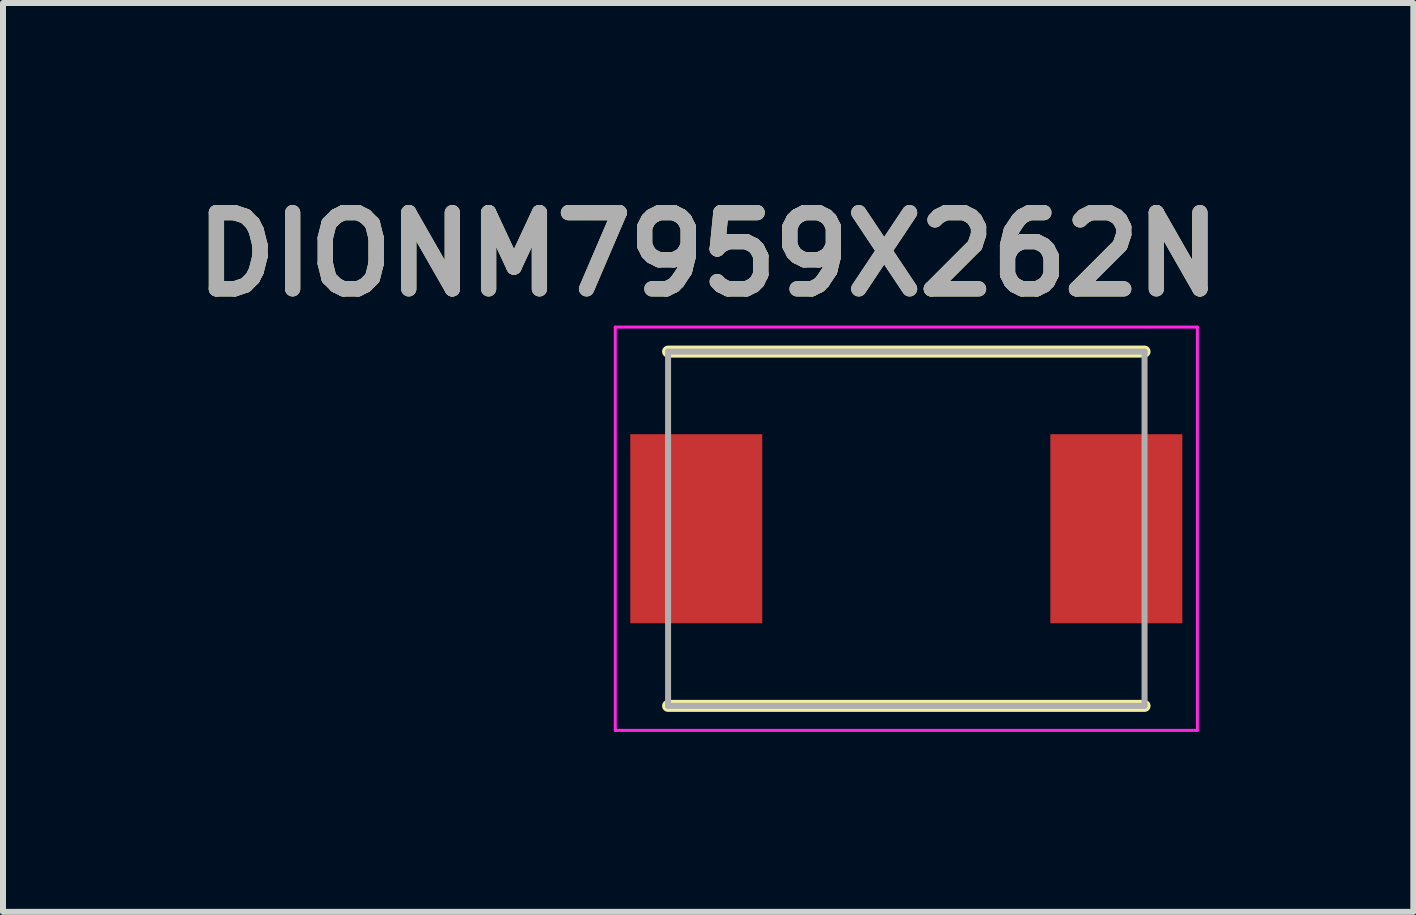
<source format=kicad_pcb>
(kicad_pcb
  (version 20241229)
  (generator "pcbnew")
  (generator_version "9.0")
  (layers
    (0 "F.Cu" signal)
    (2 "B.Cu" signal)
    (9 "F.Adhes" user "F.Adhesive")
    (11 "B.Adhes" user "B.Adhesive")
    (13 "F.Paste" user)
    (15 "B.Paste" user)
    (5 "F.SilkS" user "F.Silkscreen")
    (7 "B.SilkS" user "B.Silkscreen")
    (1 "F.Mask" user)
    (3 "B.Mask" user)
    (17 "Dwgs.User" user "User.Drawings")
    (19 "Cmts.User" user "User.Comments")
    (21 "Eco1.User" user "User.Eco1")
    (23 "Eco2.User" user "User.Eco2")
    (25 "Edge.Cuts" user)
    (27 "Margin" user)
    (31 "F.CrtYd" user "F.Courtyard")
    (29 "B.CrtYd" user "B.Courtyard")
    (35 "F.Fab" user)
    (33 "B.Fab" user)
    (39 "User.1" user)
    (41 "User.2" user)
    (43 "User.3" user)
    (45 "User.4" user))
  (footprint "DIONM7959X262N"
    (layer "F.Cu")
    (at 12.053 5.761)
    (property "Reference" "DIONM7959X262N" (at -3.302 -4.572 0) (layer "F.SilkS") (effects (font (size 1.27 1.27) (thickness 0.254))))
    (attr smd)
    (fp_line (start -3.97 2.952) (end 3.97 2.952) (stroke (width 0.2) (type solid)) (layer "F.SilkS"))
    (fp_line (start 3.97 -2.952) (end -3.97 -2.952) (stroke (width 0.2) (type solid)) (layer "F.SilkS"))
    (fp_line (start -4.85 -3.36) (end 4.85 -3.36) (stroke (width 0.05) (type solid)) (layer "F.CrtYd"))
    (fp_line (start -4.85 3.36) (end -4.85 -3.36) (stroke (width 0.05) (type solid)) (layer "F.CrtYd"))
    (fp_line (start 4.85 -3.36) (end 4.85 3.36) (stroke (width 0.05) (type solid)) (layer "F.CrtYd"))
    (fp_line (start 4.85 3.36) (end -4.85 3.36) (stroke (width 0.05) (type solid)) (layer "F.CrtYd"))
    (fp_line (start -3.97 -2.952) (end 3.97 -2.952) (stroke (width 0.1) (type solid)) (layer "F.Fab"))
    (fp_line (start -3.97 2.952) (end -3.97 -2.952) (stroke (width 0.1) (type solid)) (layer "F.Fab"))
    (fp_line (start 3.97 -2.952) (end 3.97 2.952) (stroke (width 0.1) (type solid)) (layer "F.Fab"))
    (fp_line (start 3.97 2.952) (end -3.97 2.952) (stroke (width 0.1) (type solid)) (layer "F.Fab"))
    (fp_text user "${REFERENCE}" (at -3.302 -4.572 0) (layer "F.Fab") (effects (font (size 1.27 1.27) (thickness 0.254))))
    (pad "1" smd rect (at -3.5 0) (size 2.2 3.15) (layers "F.Cu" "F.Mask" "F.Paste"))
    (pad "2" smd rect (at 3.5 0) (size 2.2 3.15) (layers "F.Cu" "F.Mask" "F.Paste")))
  (gr_rect
    (start -3 -3)
    (end 20.502 12.146)
    (stroke (width 0.1) (type default))
    (fill no)
    (layer "Edge.Cuts")))
</source>
